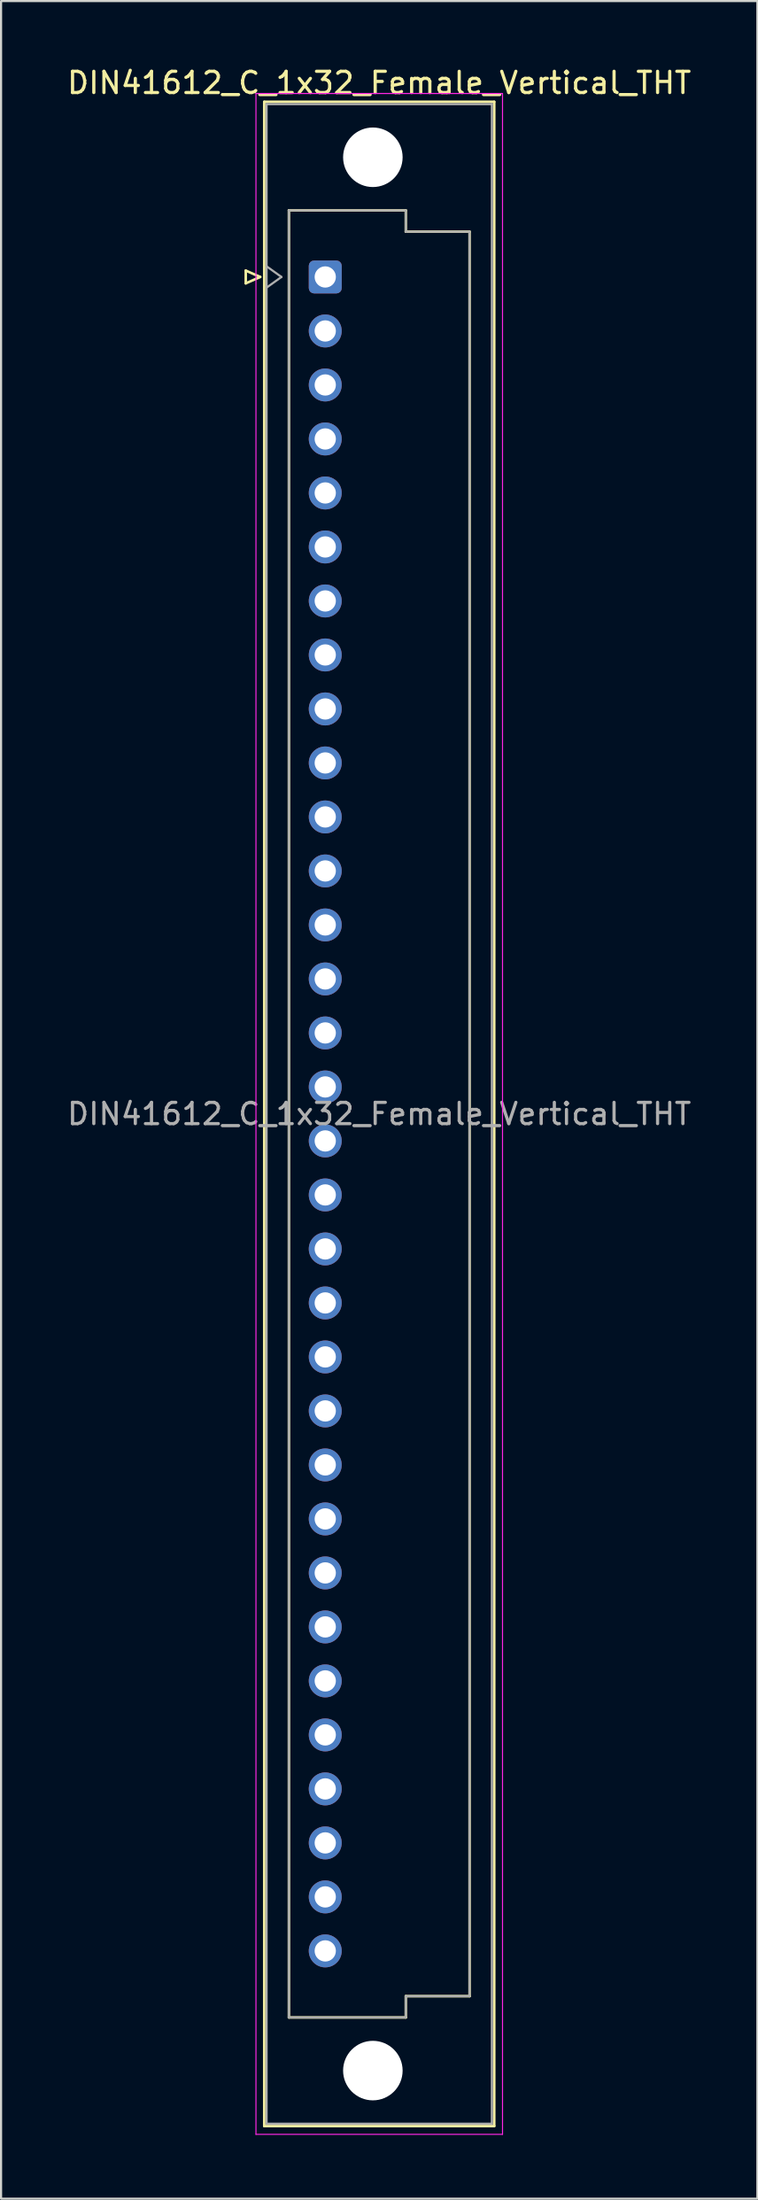
<source format=kicad_pcb>
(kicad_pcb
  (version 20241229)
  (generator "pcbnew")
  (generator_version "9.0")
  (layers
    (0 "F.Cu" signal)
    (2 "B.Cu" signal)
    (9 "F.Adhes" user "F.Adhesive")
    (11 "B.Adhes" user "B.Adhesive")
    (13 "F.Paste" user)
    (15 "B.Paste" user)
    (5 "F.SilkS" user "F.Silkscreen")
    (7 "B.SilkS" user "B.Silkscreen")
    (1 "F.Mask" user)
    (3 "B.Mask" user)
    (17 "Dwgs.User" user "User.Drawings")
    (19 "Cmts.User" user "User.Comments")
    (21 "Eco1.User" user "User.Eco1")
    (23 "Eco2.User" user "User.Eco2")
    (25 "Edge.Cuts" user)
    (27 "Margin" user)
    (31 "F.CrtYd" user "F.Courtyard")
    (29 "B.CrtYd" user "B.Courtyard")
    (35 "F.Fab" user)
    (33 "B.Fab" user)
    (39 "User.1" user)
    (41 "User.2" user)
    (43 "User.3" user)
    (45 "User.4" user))
  (footprint "DIN41612_C_1x32_Female_Vertical_THT"
    (layer "F.Cu")
    (at 12.252 9.978)
    (property "Reference" "DIN41612_C_1x32_Female_Vertical_THT" (at 2.54 -9.13 0) (layer "F.SilkS") (effects (font (size 1 1) (thickness 0.15))))
    (attr through_hole)
    (fp_line (start -3.74 -0.3) (end -3.74 0.3) (stroke (width 0.12) (type solid)) (layer "F.SilkS"))
    (fp_line (start -3.74 0.3) (end -3.06 0) (stroke (width 0.12) (type solid)) (layer "F.SilkS"))
    (fp_line (start -3.06 0) (end -3.74 -0.3) (stroke (width 0.12) (type solid)) (layer "F.SilkS"))
    (fp_line (start -2.87 -8.24) (end 7.95 -8.24) (stroke (width 0.12) (type solid)) (layer "F.SilkS"))
    (fp_line (start -2.87 86.98) (end -2.87 -8.24) (stroke (width 0.12) (type solid)) (layer "F.SilkS"))
    (fp_line (start -1.71 -3.131) (end 3.79 -3.131) (stroke (width 0.12) (type solid)) (layer "F.SilkS"))
    (fp_line (start -1.71 81.87) (end -1.71 -3.131) (stroke (width 0.12) (type solid)) (layer "F.SilkS"))
    (fp_line (start 3.79 -3.131) (end 3.79 -2.131) (stroke (width 0.12) (type solid)) (layer "F.SilkS"))
    (fp_line (start 3.79 -2.131) (end 6.79 -2.131) (stroke (width 0.12) (type solid)) (layer "F.SilkS"))
    (fp_line (start 3.79 80.87) (end 3.79 81.87) (stroke (width 0.12) (type solid)) (layer "F.SilkS"))
    (fp_line (start 3.79 81.87) (end -1.71 81.87) (stroke (width 0.12) (type solid)) (layer "F.SilkS"))
    (fp_line (start 6.79 -2.131) (end 6.79 80.87) (stroke (width 0.12) (type solid)) (layer "F.SilkS"))
    (fp_line (start 6.79 80.87) (end 3.79 80.87) (stroke (width 0.12) (type solid)) (layer "F.SilkS"))
    (fp_line (start 7.95 -8.24) (end 7.95 86.98) (stroke (width 0.12) (type solid)) (layer "F.SilkS"))
    (fp_line (start 7.95 86.98) (end -2.87 86.98) (stroke (width 0.12) (type solid)) (layer "F.SilkS"))
    (fp_line (start -3.26 -8.63) (end 8.34 -8.63) (stroke (width 0.05) (type solid)) (layer "F.CrtYd"))
    (fp_line (start -3.26 87.37) (end -3.26 -8.63) (stroke (width 0.05) (type solid)) (layer "F.CrtYd"))
    (fp_line (start 8.34 -8.63) (end 8.34 87.37) (stroke (width 0.05) (type solid)) (layer "F.CrtYd"))
    (fp_line (start 8.34 87.37) (end -3.26 87.37) (stroke (width 0.05) (type solid)) (layer "F.CrtYd"))
    (fp_line (start -2.76 -8.13) (end 7.84 -8.13) (stroke (width 0.1) (type solid)) (layer "F.Fab"))
    (fp_line (start -2.76 -0.5) (end -2.06 0) (stroke (width 0.1) (type solid)) (layer "F.Fab"))
    (fp_line (start -2.76 86.87) (end -2.76 -8.13) (stroke (width 0.1) (type solid)) (layer "F.Fab"))
    (fp_line (start -2.06 0) (end -2.76 0.5) (stroke (width 0.1) (type solid)) (layer "F.Fab"))
    (fp_line (start -1.71 -3.13) (end 3.79 -3.13) (stroke (width 0.1) (type solid)) (layer "F.Fab"))
    (fp_line (start -1.71 81.87) (end -1.71 -3.13) (stroke (width 0.1) (type solid)) (layer "F.Fab"))
    (fp_line (start 3.79 -3.13) (end 3.79 -2.13) (stroke (width 0.1) (type solid)) (layer "F.Fab"))
    (fp_line (start 3.79 -2.13) (end 6.79 -2.13) (stroke (width 0.1) (type solid)) (layer "F.Fab"))
    (fp_line (start 3.79 80.87) (end 3.79 81.87) (stroke (width 0.1) (type solid)) (layer "F.Fab"))
    (fp_line (start 3.79 81.87) (end -1.71 81.87) (stroke (width 0.1) (type solid)) (layer "F.Fab"))
    (fp_line (start 6.79 -2.13) (end 6.79 80.87) (stroke (width 0.1) (type solid)) (layer "F.Fab"))
    (fp_line (start 6.79 80.87) (end 3.79 80.87) (stroke (width 0.1) (type solid)) (layer "F.Fab"))
    (fp_line (start 7.84 -8.13) (end 7.84 86.87) (stroke (width 0.1) (type solid)) (layer "F.Fab"))
    (fp_line (start 7.84 86.87) (end -2.76 86.87) (stroke (width 0.1) (type solid)) (layer "F.Fab"))
    (fp_text user "${REFERENCE}" (at 2.54 39.37 0) (layer "F.Fab") (effects (font (size 1 1) (thickness 0.15))))
    (pad "" np_thru_hole circle (at 2.24 -5.63) (size 2.8 2.8) (drill 2.8) (layers "*.Cu" "*.Mask"))
    (pad "" np_thru_hole circle (at 2.24 84.37) (size 2.8 2.8) (drill 2.8) (layers "*.Cu" "*.Mask"))
    (pad "a0" thru_hole roundrect (at 0 0) (size 1.55 1.55) (drill 1) (layers "*.Cu" "*.Mask") (roundrect_rratio 0.161))
    (pad "a1" thru_hole circle (at 0 2.54) (size 1.55 1.55) (drill 1) (layers "*.Cu" "*.Mask"))
    (pad "a2" thru_hole circle (at 0 5.08) (size 1.55 1.55) (drill 1) (layers "*.Cu" "*.Mask"))
    (pad "a3" thru_hole circle (at 0 7.62) (size 1.55 1.55) (drill 1) (layers "*.Cu" "*.Mask"))
    (pad "a4" thru_hole circle (at 0 10.16) (size 1.55 1.55) (drill 1) (layers "*.Cu" "*.Mask"))
    (pad "a5" thru_hole circle (at 0 12.7) (size 1.55 1.55) (drill 1) (layers "*.Cu" "*.Mask"))
    (pad "a6" thru_hole circle (at 0 15.24) (size 1.55 1.55) (drill 1) (layers "*.Cu" "*.Mask"))
    (pad "a7" thru_hole circle (at 0 17.78) (size 1.55 1.55) (drill 1) (layers "*.Cu" "*.Mask"))
    (pad "a8" thru_hole circle (at 0 20.32) (size 1.55 1.55) (drill 1) (layers "*.Cu" "*.Mask"))
    (pad "a9" thru_hole circle (at 0 22.86) (size 1.55 1.55) (drill 1) (layers "*.Cu" "*.Mask"))
    (pad "a10" thru_hole circle (at 0 25.4) (size 1.55 1.55) (drill 1) (layers "*.Cu" "*.Mask"))
    (pad "a11" thru_hole circle (at 0 27.94) (size 1.55 1.55) (drill 1) (layers "*.Cu" "*.Mask"))
    (pad "a12" thru_hole circle (at 0 30.48) (size 1.55 1.55) (drill 1) (layers "*.Cu" "*.Mask"))
    (pad "a13" thru_hole circle (at 0 33.02) (size 1.55 1.55) (drill 1) (layers "*.Cu" "*.Mask"))
    (pad "a14" thru_hole circle (at 0 35.56) (size 1.55 1.55) (drill 1) (layers "*.Cu" "*.Mask"))
    (pad "a15" thru_hole circle (at 0 38.1) (size 1.55 1.55) (drill 1) (layers "*.Cu" "*.Mask"))
    (pad "a16" thru_hole circle (at 0 40.64) (size 1.55 1.55) (drill 1) (layers "*.Cu" "*.Mask"))
    (pad "a17" thru_hole circle (at 0 43.18) (size 1.55 1.55) (drill 1) (layers "*.Cu" "*.Mask"))
    (pad "a18" thru_hole circle (at 0 45.72) (size 1.55 1.55) (drill 1) (layers "*.Cu" "*.Mask"))
    (pad "a19" thru_hole circle (at 0 48.26) (size 1.55 1.55) (drill 1) (layers "*.Cu" "*.Mask"))
    (pad "a20" thru_hole circle (at 0 50.8) (size 1.55 1.55) (drill 1) (layers "*.Cu" "*.Mask"))
    (pad "a21" thru_hole circle (at 0 53.34) (size 1.55 1.55) (drill 1) (layers "*.Cu" "*.Mask"))
    (pad "a22" thru_hole circle (at 0 55.88) (size 1.55 1.55) (drill 1) (layers "*.Cu" "*.Mask"))
    (pad "a23" thru_hole circle (at 0 58.42) (size 1.55 1.55) (drill 1) (layers "*.Cu" "*.Mask"))
    (pad "a24" thru_hole circle (at 0 60.96) (size 1.55 1.55) (drill 1) (layers "*.Cu" "*.Mask"))
    (pad "a25" thru_hole circle (at 0 63.5) (size 1.55 1.55) (drill 1) (layers "*.Cu" "*.Mask"))
    (pad "a26" thru_hole circle (at 0 66.04) (size 1.55 1.55) (drill 1) (layers "*.Cu" "*.Mask"))
    (pad "a27" thru_hole circle (at 0 68.58) (size 1.55 1.55) (drill 1) (layers "*.Cu" "*.Mask"))
    (pad "a28" thru_hole circle (at 0 71.12) (size 1.55 1.55) (drill 1) (layers "*.Cu" "*.Mask"))
    (pad "a29" thru_hole circle (at 0 73.66) (size 1.55 1.55) (drill 1) (layers "*.Cu" "*.Mask"))
    (pad "a30" thru_hole circle (at 0 76.2) (size 1.55 1.55) (drill 1) (layers "*.Cu" "*.Mask"))
    (pad "a31" thru_hole circle (at 0 78.74) (size 1.55 1.55) (drill 1) (layers "*.Cu" "*.Mask")))
  (gr_rect
    (start -3 -3)
    (end 32.583 100.373)
    (stroke (width 0.1) (type default))
    (fill no)
    (layer "Edge.Cuts")))
</source>
